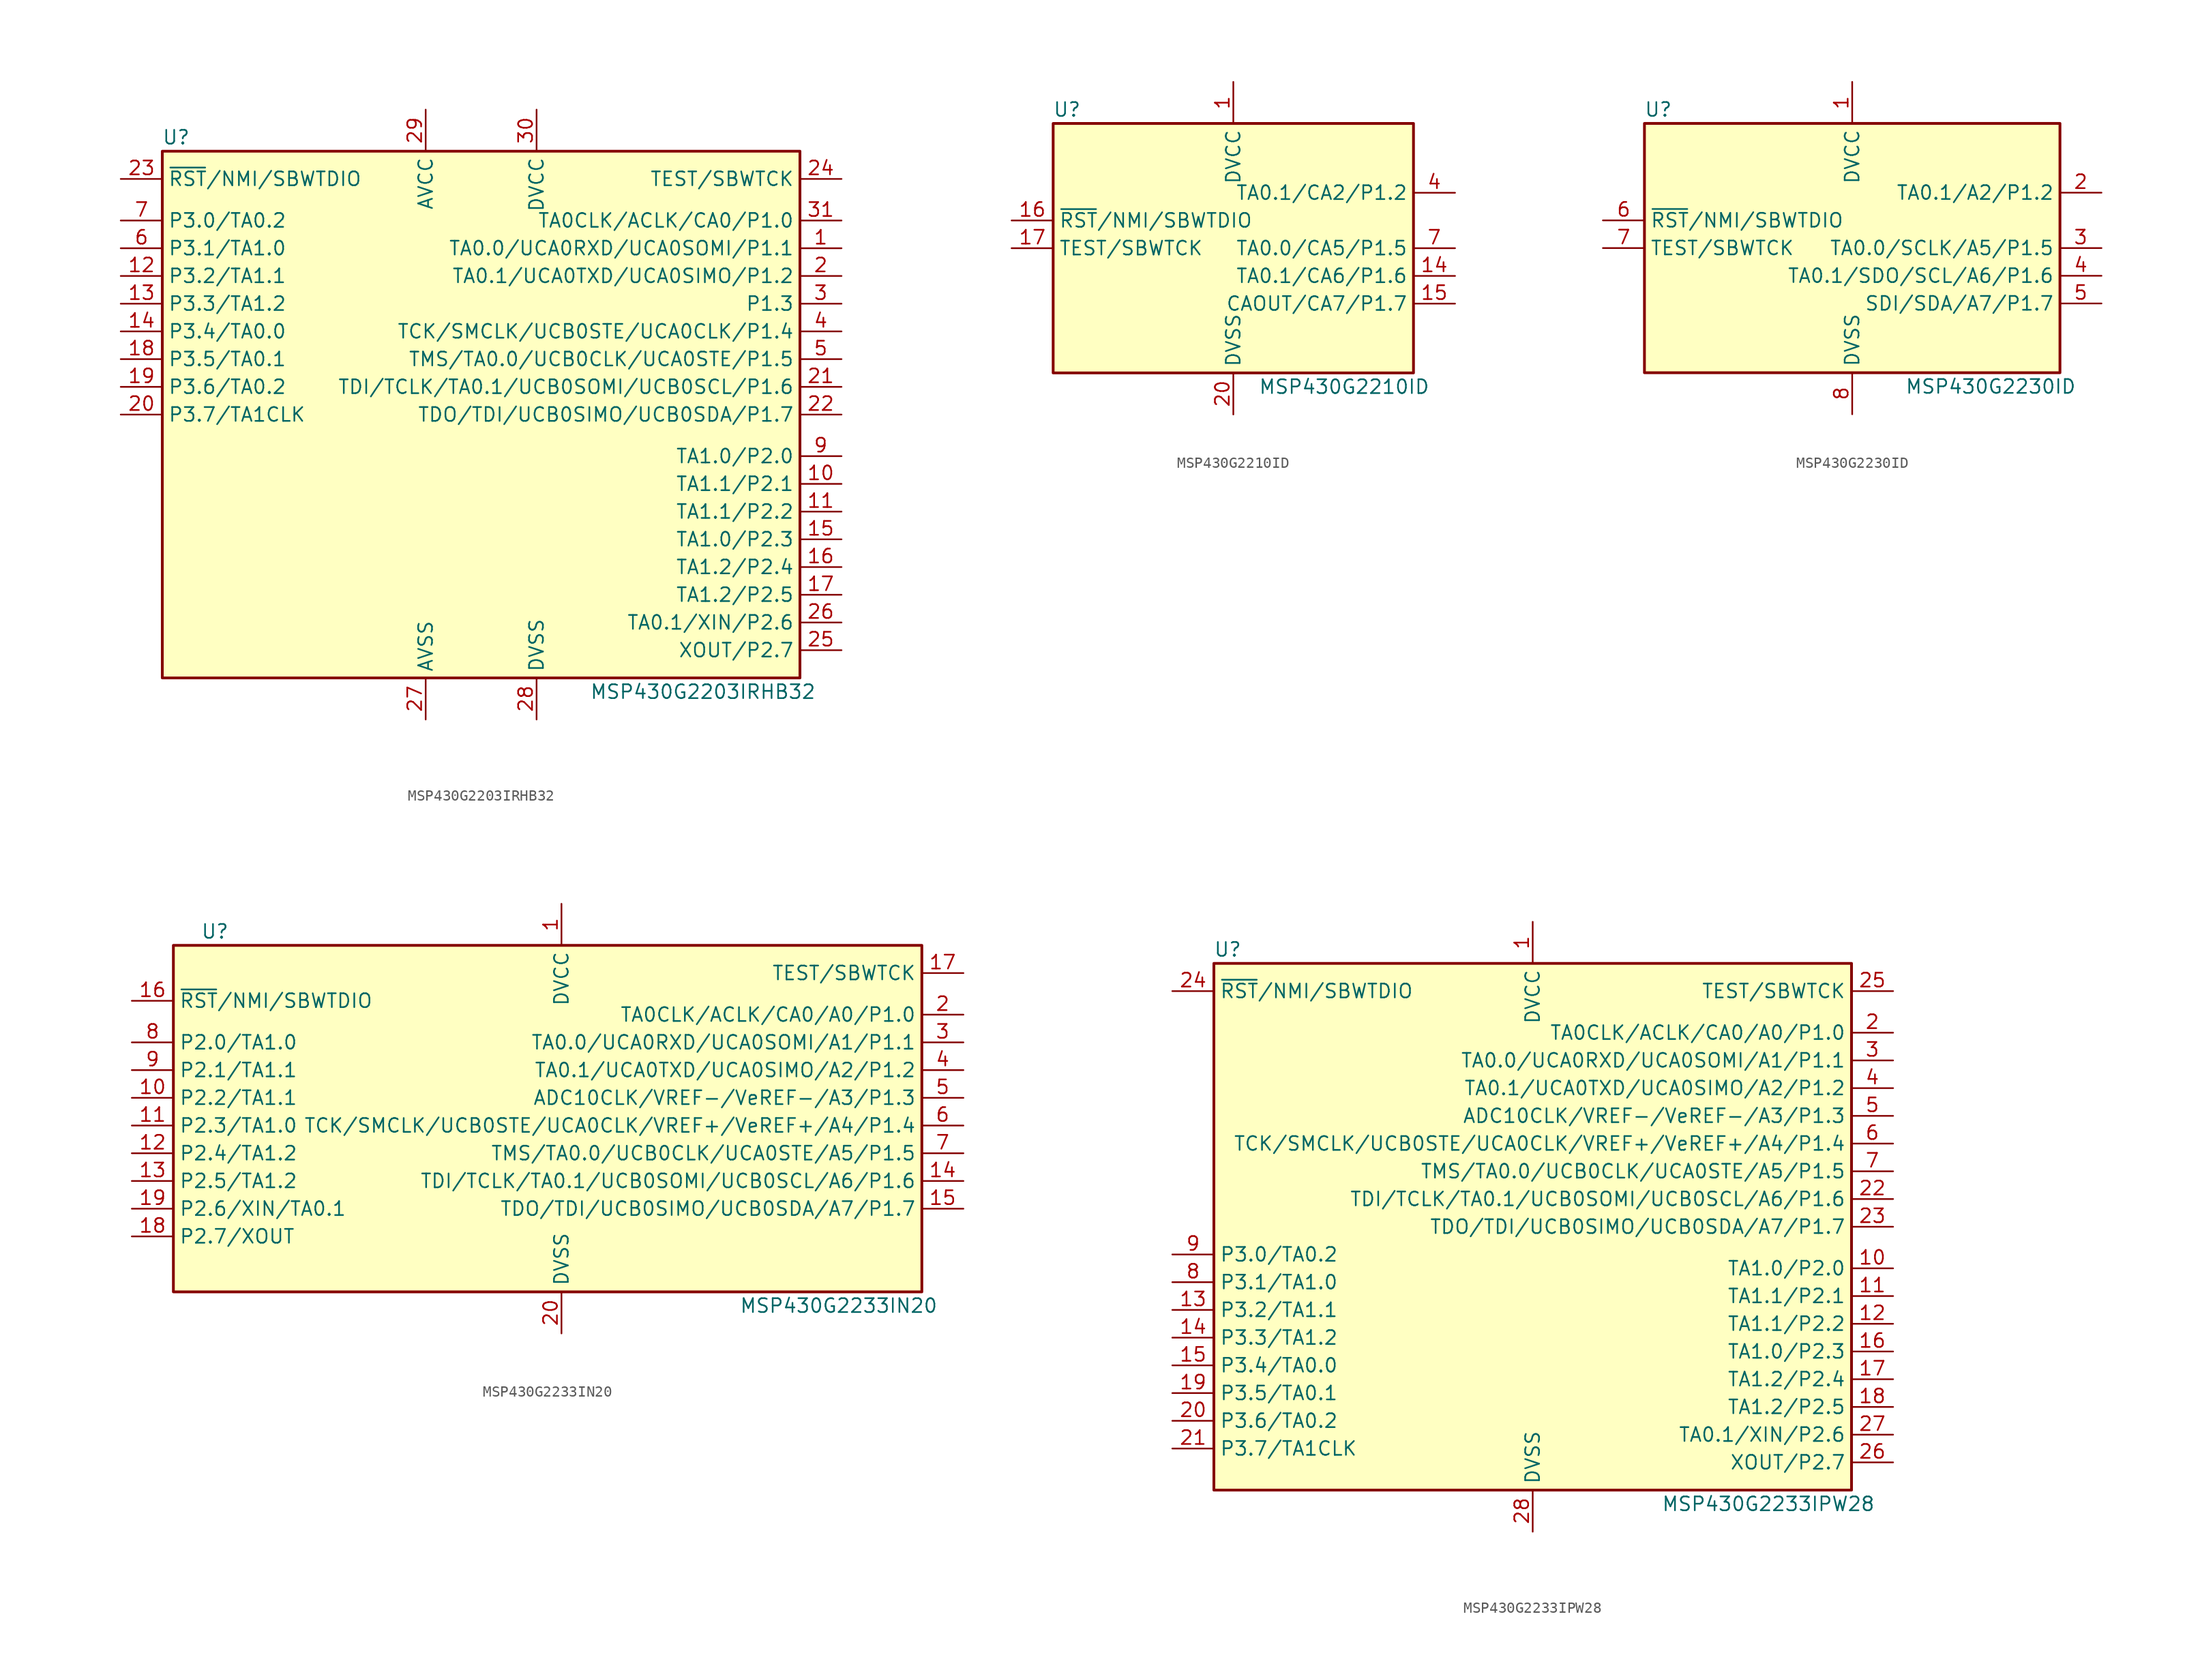
<source format=kicad_sym>
(kicad_symbol_lib
  (version 20241209)
  (generator "kicad_symbol_editor")
  (generator_version "9.0")
  (symbol "MSP430G2203IRHB32"
    (property "Reference" "U"
      (at -27.94 25.4 0)
      (effects (font (size 1.27 1.27))))
    (property "Value" "MSP430G2203IRHB32"
      (at 20.32 -25.4 0)
      (effects (font (size 1.27 1.27))))
    (symbol "MSP430G2203IRHB32_0_1"
      (rectangle (start -29.21 24.13) (end 29.21 -24.13) (stroke (width 0.254) (type default)) (fill (type background))))
    (symbol "MSP430G2203IRHB32_1_1"
      (pin input line (at -33.02 21.59 0) (length 3.81) (name "~{RST}/NMI/SBWTDIO" (effects (font (size 1.27 1.27)))) (number "23" (effects (font (size 1.27 1.27)))))
      (pin bidirectional line (at -33.02 17.78 0) (length 3.81) (name "P3.0/TA0.2" (effects (font (size 1.27 1.27)))) (number "7" (effects (font (size 1.27 1.27)))))
      (pin bidirectional line (at -33.02 15.24 0) (length 3.81) (name "P3.1/TA1.0" (effects (font (size 1.27 1.27)))) (number "6" (effects (font (size 1.27 1.27)))))
      (pin bidirectional line (at -33.02 12.7 0) (length 3.81) (name "P3.2/TA1.1" (effects (font (size 1.27 1.27)))) (number "12" (effects (font (size 1.27 1.27)))))
      (pin bidirectional line (at -33.02 10.16 0) (length 3.81) (name "P3.3/TA1.2" (effects (font (size 1.27 1.27)))) (number "13" (effects (font (size 1.27 1.27)))))
      (pin bidirectional line (at -33.02 7.62 0) (length 3.81) (name "P3.4/TA0.0" (effects (font (size 1.27 1.27)))) (number "14" (effects (font (size 1.27 1.27)))))
      (pin bidirectional line (at -33.02 5.08 0) (length 3.81) (name "P3.5/TA0.1" (effects (font (size 1.27 1.27)))) (number "18" (effects (font (size 1.27 1.27)))))
      (pin bidirectional line (at -33.02 2.54 0) (length 3.81) (name "P3.6/TA0.2" (effects (font (size 1.27 1.27)))) (number "19" (effects (font (size 1.27 1.27)))))
      (pin bidirectional line (at -33.02 0 0) (length 3.81) (name "P3.7/TA1CLK" (effects (font (size 1.27 1.27)))) (number "20" (effects (font (size 1.27 1.27)))))
      (pin power_in line (at -5.08 27.94 270) (length 3.81) (name "AVCC" (effects (font (size 1.27 1.27)))) (number "29" (effects (font (size 1.27 1.27)))))
      (pin power_in line (at -5.08 -27.94 90) (length 3.81) (name "AVSS" (effects (font (size 1.27 1.27)))) (number "27" (effects (font (size 1.27 1.27)))))
      (pin power_in line (at 5.08 27.94 270) (length 3.81) (name "DVCC" (effects (font (size 1.27 1.27)))) (number "30" (effects (font (size 1.27 1.27)))))
      (pin power_in line (at 5.08 -27.94 90) (length 3.81) (name "DVSS" (effects (font (size 1.27 1.27)))) (number "28" (effects (font (size 1.27 1.27)))))
      (pin input line (at 33.02 21.59 180) (length 3.81) (name "TEST/SBWTCK" (effects (font (size 1.27 1.27)))) (number "24" (effects (font (size 1.27 1.27)))))
      (pin bidirectional line (at 33.02 17.78 180) (length 3.81) (name "TA0CLK/ACLK/CA0/P1.0" (effects (font (size 1.27 1.27)))) (number "31" (effects (font (size 1.27 1.27)))))
      (pin bidirectional line (at 33.02 15.24 180) (length 3.81) (name "TA0.0/UCA0RXD/UCA0SOMI/P1.1" (effects (font (size 1.27 1.27)))) (number "1" (effects (font (size 1.27 1.27)))))
      (pin bidirectional line (at 33.02 12.7 180) (length 3.81) (name "TA0.1/UCA0TXD/UCA0SIMO/P1.2" (effects (font (size 1.27 1.27)))) (number "2" (effects (font (size 1.27 1.27)))))
      (pin bidirectional line (at 33.02 10.16 180) (length 3.81) (name "P1.3" (effects (font (size 1.27 1.27)))) (number "3" (effects (font (size 1.27 1.27)))))
      (pin bidirectional line (at 33.02 7.62 180) (length 3.81) (name "TCK/SMCLK/UCB0STE/UCA0CLK/P1.4" (effects (font (size 1.27 1.27)))) (number "4" (effects (font (size 1.27 1.27)))))
      (pin bidirectional line (at 33.02 5.08 180) (length 3.81) (name "TMS/TA0.0/UCB0CLK/UCA0STE/P1.5" (effects (font (size 1.27 1.27)))) (number "5" (effects (font (size 1.27 1.27)))))
      (pin bidirectional line (at 33.02 2.54 180) (length 3.81) (name "TDI/TCLK/TA0.1/UCB0SOMI/UCB0SCL/P1.6" (effects (font (size 1.27 1.27)))) (number "21" (effects (font (size 1.27 1.27)))))
      (pin bidirectional line (at 33.02 0 180) (length 3.81) (name "TDO/TDI/UCB0SIMO/UCB0SDA/P1.7" (effects (font (size 1.27 1.27)))) (number "22" (effects (font (size 1.27 1.27)))))
      (pin bidirectional line (at 33.02 -3.81 180) (length 3.81) (name "TA1.0/P2.0" (effects (font (size 1.27 1.27)))) (number "9" (effects (font (size 1.27 1.27)))))
      (pin bidirectional line (at 33.02 -6.35 180) (length 3.81) (name "TA1.1/P2.1" (effects (font (size 1.27 1.27)))) (number "10" (effects (font (size 1.27 1.27)))))
      (pin bidirectional line (at 33.02 -8.89 180) (length 3.81) (name "TA1.1/P2.2" (effects (font (size 1.27 1.27)))) (number "11" (effects (font (size 1.27 1.27)))))
      (pin bidirectional line (at 33.02 -11.43 180) (length 3.81) (name "TA1.0/P2.3" (effects (font (size 1.27 1.27)))) (number "15" (effects (font (size 1.27 1.27)))))
      (pin bidirectional line (at 33.02 -13.97 180) (length 3.81) (name "TA1.2/P2.4" (effects (font (size 1.27 1.27)))) (number "16" (effects (font (size 1.27 1.27)))))
      (pin bidirectional line (at 33.02 -16.51 180) (length 3.81) (name "TA1.2/P2.5" (effects (font (size 1.27 1.27)))) (number "17" (effects (font (size 1.27 1.27)))))
      (pin bidirectional line (at 33.02 -19.05 180) (length 3.81) (name "TA0.1/XIN/P2.6" (effects (font (size 1.27 1.27)))) (number "26" (effects (font (size 1.27 1.27)))))
      (pin bidirectional line (at 33.02 -21.59 180) (length 3.81) (name "XOUT/P2.7" (effects (font (size 1.27 1.27)))) (number "25" (effects (font (size 1.27 1.27)))))))
  (symbol "MSP430G2210ID"
    (property "Reference" "U"
      (at -15.24 12.7 0)
      (effects (font (size 1.27 1.27))))
    (property "Value" "MSP430G2210ID"
      (at 10.16 -12.7 0)
      (effects (font (size 1.27 1.27))))
    (symbol "MSP430G2210ID_0_1"
      (rectangle (start -16.51 11.43) (end 16.51 -11.43) (stroke (width 0.254) (type default)) (fill (type background))))
    (symbol "MSP430G2210ID_1_1"
      (pin input line (at -20.32 2.54 0) (length 3.81) (name "~{RST}/NMI/SBWTDIO" (effects (font (size 1.27 1.27)))) (number "16" (effects (font (size 1.27 1.27)))))
      (pin input line (at -20.32 0 0) (length 3.81) (name "TEST/SBWTCK" (effects (font (size 1.27 1.27)))) (number "17" (effects (font (size 1.27 1.27)))))
      (pin power_in line (at 0 15.24 270) (length 3.81) (name "DVCC" (effects (font (size 1.27 1.27)))) (number "1" (effects (font (size 1.27 1.27)))))
      (pin power_in line (at 0 -15.24 90) (length 3.81) (name "DVSS" (effects (font (size 1.27 1.27)))) (number "20" (effects (font (size 1.27 1.27)))))
      (pin bidirectional line (at 20.32 5.08 180) (length 3.81) (name "TA0.1/CA2/P1.2" (effects (font (size 1.27 1.27)))) (number "4" (effects (font (size 1.27 1.27)))))
      (pin bidirectional line (at 20.32 0 180) (length 3.81) (name "TA0.0/CA5/P1.5" (effects (font (size 1.27 1.27)))) (number "7" (effects (font (size 1.27 1.27)))))
      (pin bidirectional line (at 20.32 -2.54 180) (length 3.81) (name "TA0.1/CA6/P1.6" (effects (font (size 1.27 1.27)))) (number "14" (effects (font (size 1.27 1.27)))))
      (pin bidirectional line (at 20.32 -5.08 180) (length 3.81) (name "CAOUT/CA7/P1.7" (effects (font (size 1.27 1.27)))) (number "15" (effects (font (size 1.27 1.27)))))))
  (symbol "MSP430G2230ID"
    (property "Reference" "U"
      (at -17.78 12.7 0)
      (effects (font (size 1.27 1.27))))
    (property "Value" "MSP430G2230ID"
      (at 12.7 -12.7 0)
      (effects (font (size 1.27 1.27))))
    (symbol "MSP430G2230ID_0_1"
      (rectangle (start -19.05 11.43) (end 19.05 -11.43) (stroke (width 0.254) (type default)) (fill (type background))))
    (symbol "MSP430G2230ID_1_1"
      (pin input line (at -22.86 2.54 0) (length 3.81) (name "~{RST}/NMI/SBWTDIO" (effects (font (size 1.27 1.27)))) (number "6" (effects (font (size 1.27 1.27)))))
      (pin input line (at -22.86 0 0) (length 3.81) (name "TEST/SBWTCK" (effects (font (size 1.27 1.27)))) (number "7" (effects (font (size 1.27 1.27)))))
      (pin power_in line (at 0 15.24 270) (length 3.81) (name "DVCC" (effects (font (size 1.27 1.27)))) (number "1" (effects (font (size 1.27 1.27)))))
      (pin power_in line (at 0 -15.24 90) (length 3.81) (name "DVSS" (effects (font (size 1.27 1.27)))) (number "8" (effects (font (size 1.27 1.27)))))
      (pin bidirectional line (at 22.86 5.08 180) (length 3.81) (name "TA0.1/A2/P1.2" (effects (font (size 1.27 1.27)))) (number "2" (effects (font (size 1.27 1.27)))))
      (pin bidirectional line (at 22.86 0 180) (length 3.81) (name "TA0.0/SCLK/A5/P1.5" (effects (font (size 1.27 1.27)))) (number "3" (effects (font (size 1.27 1.27)))))
      (pin bidirectional line (at 22.86 -2.54 180) (length 3.81) (name "TA0.1/SDO/SCL/A6/P1.6" (effects (font (size 1.27 1.27)))) (number "4" (effects (font (size 1.27 1.27)))))
      (pin bidirectional line (at 22.86 -5.08 180) (length 3.81) (name "SDI/SDA/A7/P1.7" (effects (font (size 1.27 1.27)))) (number "5" (effects (font (size 1.27 1.27)))))))
  (symbol "MSP430G2233IN20"
    (property "Reference" "U"
      (at -30.48 17.78 0)
      (effects (font (size 1.27 1.27))))
    (property "Value" "MSP430G2233IN20"
      (at 26.67 -16.51 0)
      (effects (font (size 1.27 1.27))))
    (symbol "MSP430G2233IN20_0_1"
      (rectangle (start -34.29 16.51) (end 34.29 -15.24) (stroke (width 0.254) (type default)) (fill (type background))))
    (symbol "MSP430G2233IN20_1_1"
      (pin input line (at -38.1 11.43 0) (length 3.81) (name "~{RST}/NMI/SBWTDIO" (effects (font (size 1.27 1.27)))) (number "16" (effects (font (size 1.27 1.27)))))
      (pin bidirectional line (at -38.1 7.62 0) (length 3.81) (name "P2.0/TA1.0" (effects (font (size 1.27 1.27)))) (number "8" (effects (font (size 1.27 1.27)))))
      (pin bidirectional line (at -38.1 5.08 0) (length 3.81) (name "P2.1/TA1.1" (effects (font (size 1.27 1.27)))) (number "9" (effects (font (size 1.27 1.27)))))
      (pin bidirectional line (at -38.1 2.54 0) (length 3.81) (name "P2.2/TA1.1" (effects (font (size 1.27 1.27)))) (number "10" (effects (font (size 1.27 1.27)))))
      (pin bidirectional line (at -38.1 0 0) (length 3.81) (name "P2.3/TA1.0" (effects (font (size 1.27 1.27)))) (number "11" (effects (font (size 1.27 1.27)))))
      (pin bidirectional line (at -38.1 -2.54 0) (length 3.81) (name "P2.4/TA1.2" (effects (font (size 1.27 1.27)))) (number "12" (effects (font (size 1.27 1.27)))))
      (pin bidirectional line (at -38.1 -5.08 0) (length 3.81) (name "P2.5/TA1.2" (effects (font (size 1.27 1.27)))) (number "13" (effects (font (size 1.27 1.27)))))
      (pin bidirectional line (at -38.1 -7.62 0) (length 3.81) (name "P2.6/XIN/TA0.1" (effects (font (size 1.27 1.27)))) (number "19" (effects (font (size 1.27 1.27)))))
      (pin bidirectional line (at -38.1 -10.16 0) (length 3.81) (name "P2.7/XOUT" (effects (font (size 1.27 1.27)))) (number "18" (effects (font (size 1.27 1.27)))))
      (pin power_in line (at 1.27 20.32 270) (length 3.81) (name "DVCC" (effects (font (size 1.27 1.27)))) (number "1" (effects (font (size 1.27 1.27)))))
      (pin power_in line (at 1.27 -19.05 90) (length 3.81) (name "DVSS" (effects (font (size 1.27 1.27)))) (number "20" (effects (font (size 1.27 1.27)))))
      (pin input line (at 38.1 13.97 180) (length 3.81) (name "TEST/SBWTCK" (effects (font (size 1.27 1.27)))) (number "17" (effects (font (size 1.27 1.27)))))
      (pin bidirectional line (at 38.1 10.16 180) (length 3.81) (name "TA0CLK/ACLK/CA0/A0/P1.0" (effects (font (size 1.27 1.27)))) (number "2" (effects (font (size 1.27 1.27)))))
      (pin bidirectional line (at 38.1 7.62 180) (length 3.81) (name "TA0.0/UCA0RXD/UCA0SOMI/A1/P1.1" (effects (font (size 1.27 1.27)))) (number "3" (effects (font (size 1.27 1.27)))))
      (pin bidirectional line (at 38.1 5.08 180) (length 3.81) (name "TA0.1/UCA0TXD/UCA0SIMO/A2/P1.2" (effects (font (size 1.27 1.27)))) (number "4" (effects (font (size 1.27 1.27)))))
      (pin bidirectional line (at 38.1 2.54 180) (length 3.81) (name "ADC10CLK/VREF-/VeREF-/A3/P1.3" (effects (font (size 1.27 1.27)))) (number "5" (effects (font (size 1.27 1.27)))))
      (pin bidirectional line (at 38.1 0 180) (length 3.81) (name "TCK/SMCLK/UCB0STE/UCA0CLK/VREF+/VeREF+/A4/P1.4" (effects (font (size 1.27 1.27)))) (number "6" (effects (font (size 1.27 1.27)))))
      (pin bidirectional line (at 38.1 -2.54 180) (length 3.81) (name "TMS/TA0.0/UCB0CLK/UCA0STE/A5/P1.5" (effects (font (size 1.27 1.27)))) (number "7" (effects (font (size 1.27 1.27)))))
      (pin bidirectional line (at 38.1 -5.08 180) (length 3.81) (name "TDI/TCLK/TA0.1/UCB0SOMI/UCB0SCL/A6/P1.6" (effects (font (size 1.27 1.27)))) (number "14" (effects (font (size 1.27 1.27)))))
      (pin bidirectional line (at 38.1 -7.62 180) (length 3.81) (name "TDO/TDI/UCB0SIMO/UCB0SDA/A7/P1.7" (effects (font (size 1.27 1.27)))) (number "15" (effects (font (size 1.27 1.27)))))))
  (symbol "MSP430G2233IPW28"
    (property "Reference" "U"
      (at -27.94 25.4 0)
      (effects (font (size 1.27 1.27))))
    (property "Value" "MSP430G2233IPW28"
      (at 21.59 -25.4 0)
      (effects (font (size 1.27 1.27))))
    (symbol "MSP430G2233IPW28_0_1"
      (rectangle (start -29.21 24.13) (end 29.21 -24.13) (stroke (width 0.254) (type default)) (fill (type background))))
    (symbol "MSP430G2233IPW28_1_1"
      (pin input line (at -33.02 21.59 0) (length 3.81) (name "~{RST}/NMI/SBWTDIO" (effects (font (size 1.27 1.27)))) (number "24" (effects (font (size 1.27 1.27)))))
      (pin bidirectional line (at -33.02 -2.54 0) (length 3.81) (name "P3.0/TA0.2" (effects (font (size 1.27 1.27)))) (number "9" (effects (font (size 1.27 1.27)))))
      (pin bidirectional line (at -33.02 -5.08 0) (length 3.81) (name "P3.1/TA1.0" (effects (font (size 1.27 1.27)))) (number "8" (effects (font (size 1.27 1.27)))))
      (pin bidirectional line (at -33.02 -7.62 0) (length 3.81) (name "P3.2/TA1.1" (effects (font (size 1.27 1.27)))) (number "13" (effects (font (size 1.27 1.27)))))
      (pin bidirectional line (at -33.02 -10.16 0) (length 3.81) (name "P3.3/TA1.2" (effects (font (size 1.27 1.27)))) (number "14" (effects (font (size 1.27 1.27)))))
      (pin bidirectional line (at -33.02 -12.7 0) (length 3.81) (name "P3.4/TA0.0" (effects (font (size 1.27 1.27)))) (number "15" (effects (font (size 1.27 1.27)))))
      (pin bidirectional line (at -33.02 -15.24 0) (length 3.81) (name "P3.5/TA0.1" (effects (font (size 1.27 1.27)))) (number "19" (effects (font (size 1.27 1.27)))))
      (pin bidirectional line (at -33.02 -17.78 0) (length 3.81) (name "P3.6/TA0.2" (effects (font (size 1.27 1.27)))) (number "20" (effects (font (size 1.27 1.27)))))
      (pin bidirectional line (at -33.02 -20.32 0) (length 3.81) (name "P3.7/TA1CLK" (effects (font (size 1.27 1.27)))) (number "21" (effects (font (size 1.27 1.27)))))
      (pin power_in line (at 0 27.94 270) (length 3.81) (name "DVCC" (effects (font (size 1.27 1.27)))) (number "1" (effects (font (size 1.27 1.27)))))
      (pin power_in line (at 0 -27.94 90) (length 3.81) (name "DVSS" (effects (font (size 1.27 1.27)))) (number "28" (effects (font (size 1.27 1.27)))))
      (pin input line (at 33.02 21.59 180) (length 3.81) (name "TEST/SBWTCK" (effects (font (size 1.27 1.27)))) (number "25" (effects (font (size 1.27 1.27)))))
      (pin bidirectional line (at 33.02 17.78 180) (length 3.81) (name "TA0CLK/ACLK/CA0/A0/P1.0" (effects (font (size 1.27 1.27)))) (number "2" (effects (font (size 1.27 1.27)))))
      (pin bidirectional line (at 33.02 15.24 180) (length 3.81) (name "TA0.0/UCA0RXD/UCA0SOMI/A1/P1.1" (effects (font (size 1.27 1.27)))) (number "3" (effects (font (size 1.27 1.27)))))
      (pin bidirectional line (at 33.02 12.7 180) (length 3.81) (name "TA0.1/UCA0TXD/UCA0SIMO/A2/P1.2" (effects (font (size 1.27 1.27)))) (number "4" (effects (font (size 1.27 1.27)))))
      (pin bidirectional line (at 33.02 10.16 180) (length 3.81) (name "ADC10CLK/VREF-/VeREF-/A3/P1.3" (effects (font (size 1.27 1.27)))) (number "5" (effects (font (size 1.27 1.27)))))
      (pin bidirectional line (at 33.02 7.62 180) (length 3.81) (name "TCK/SMCLK/UCB0STE/UCA0CLK/VREF+/VeREF+/A4/P1.4" (effects (font (size 1.27 1.27)))) (number "6" (effects (font (size 1.27 1.27)))))
      (pin bidirectional line (at 33.02 5.08 180) (length 3.81) (name "TMS/TA0.0/UCB0CLK/UCA0STE/A5/P1.5" (effects (font (size 1.27 1.27)))) (number "7" (effects (font (size 1.27 1.27)))))
      (pin bidirectional line (at 33.02 2.54 180) (length 3.81) (name "TDI/TCLK/TA0.1/UCB0SOMI/UCB0SCL/A6/P1.6" (effects (font (size 1.27 1.27)))) (number "22" (effects (font (size 1.27 1.27)))))
      (pin bidirectional line (at 33.02 0 180) (length 3.81) (name "TDO/TDI/UCB0SIMO/UCB0SDA/A7/P1.7" (effects (font (size 1.27 1.27)))) (number "23" (effects (font (size 1.27 1.27)))))
      (pin bidirectional line (at 33.02 -3.81 180) (length 3.81) (name "TA1.0/P2.0" (effects (font (size 1.27 1.27)))) (number "10" (effects (font (size 1.27 1.27)))))
      (pin bidirectional line (at 33.02 -6.35 180) (length 3.81) (name "TA1.1/P2.1" (effects (font (size 1.27 1.27)))) (number "11" (effects (font (size 1.27 1.27)))))
      (pin bidirectional line (at 33.02 -8.89 180) (length 3.81) (name "TA1.1/P2.2" (effects (font (size 1.27 1.27)))) (number "12" (effects (font (size 1.27 1.27)))))
      (pin bidirectional line (at 33.02 -11.43 180) (length 3.81) (name "TA1.0/P2.3" (effects (font (size 1.27 1.27)))) (number "16" (effects (font (size 1.27 1.27)))))
      (pin bidirectional line (at 33.02 -13.97 180) (length 3.81) (name "TA1.2/P2.4" (effects (font (size 1.27 1.27)))) (number "17" (effects (font (size 1.27 1.27)))))
      (pin bidirectional line (at 33.02 -16.51 180) (length 3.81) (name "TA1.2/P2.5" (effects (font (size 1.27 1.27)))) (number "18" (effects (font (size 1.27 1.27)))))
      (pin bidirectional line (at 33.02 -19.05 180) (length 3.81) (name "TA0.1/XIN/P2.6" (effects (font (size 1.27 1.27)))) (number "27" (effects (font (size 1.27 1.27)))))
      (pin bidirectional line (at 33.02 -21.59 180) (length 3.81) (name "XOUT/P2.7" (effects (font (size 1.27 1.27)))) (number "26" (effects (font (size 1.27 1.27))))))))
</source>
